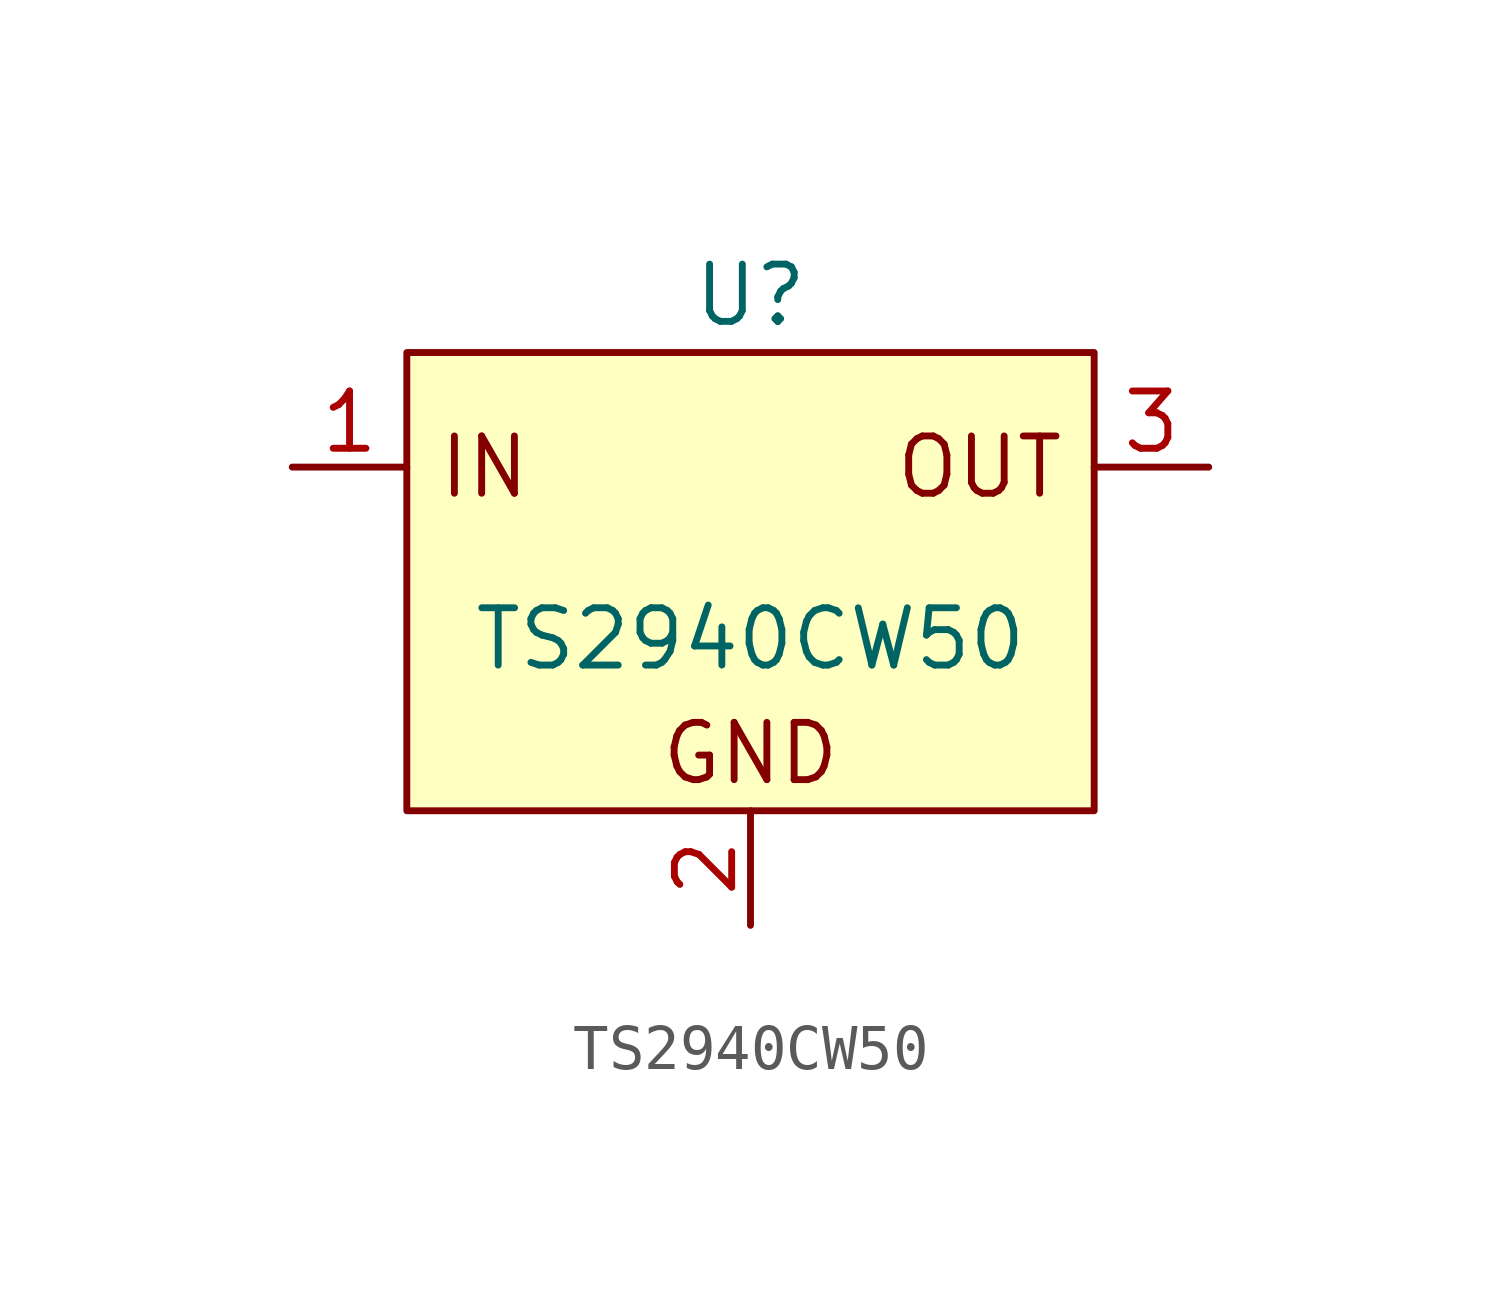
<source format=kicad_sym>
(kicad_symbol_lib
  (version 20220914)
  (generator kicad_symbol_editor)
  (symbol "TS2940CW50"
    (property "Reference" "U"
      (at 0 8.89 0)
      (effects (font (size 1.27 1.27))))
    (property "Value" "TS2940CW50"
      (at 0 1.27 0)
      (effects (font (size 1.27 1.27))))
    (symbol "TS2940CW50_0_0"
      (text "GND" (at 0 -1.27 0) (effects (font (size 1.27 1.27))))
      (text "IN" (at -5.9 5.08 0) (effects (font (size 1.27 1.27))))
      (text "OUT" (at 5.08 5.08 0) (effects (font (size 1.27 1.27)))))
    (symbol "TS2940CW50_1_1"
      (rectangle (start -7.62 7.62) (end 7.62 -2.54) (stroke (width 0) (type default)) (fill (type background)))
      (pin power_in line (at -10.16 5.08 0) (length 2.54) (name "" (effects (font (size 1.27 1.27)))) (number "1" (effects (font (size 1.27 1.27)))))
      (pin power_in line (at 0 -5.08 90) (length 2.54) (name "" (effects (font (size 1.27 1.27)))) (number "2" (effects (font (size 1.27 1.27)))))
      (pin power_out line (at 10.16 5.08 180) (length 2.54) (name "" (effects (font (size 1.27 1.27)))) (number "3" (effects (font (size 1.27 1.27))))))))
</source>
